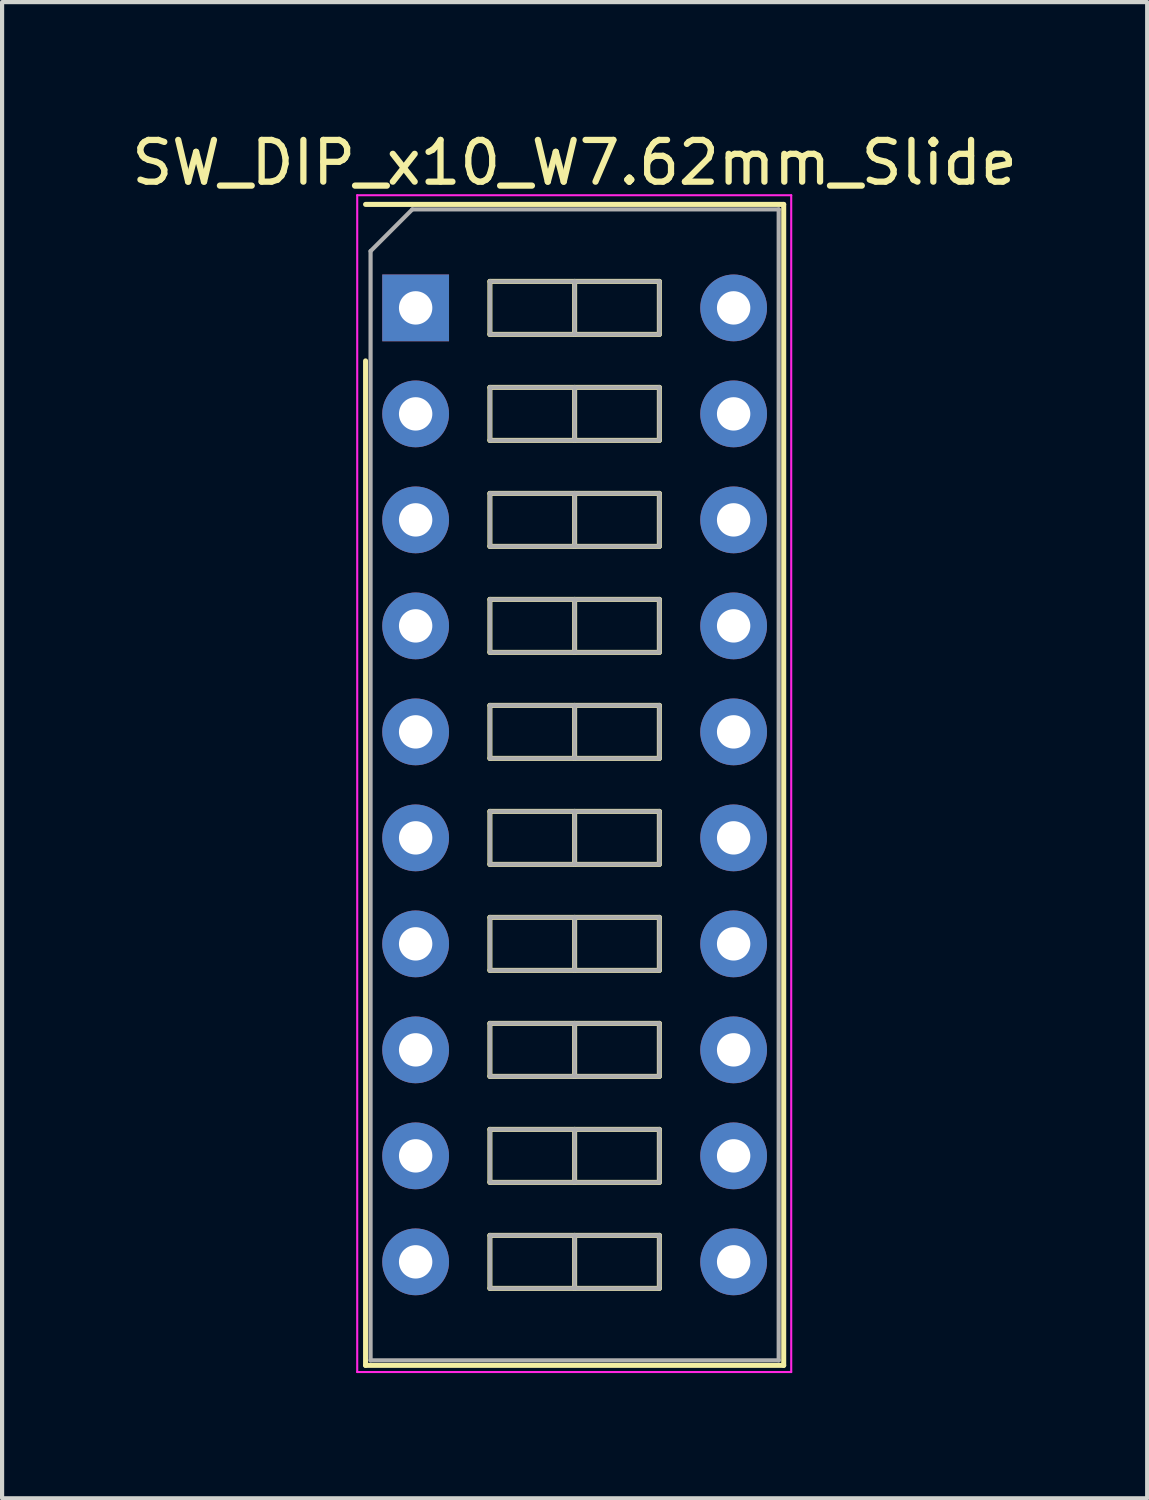
<source format=kicad_pcb>
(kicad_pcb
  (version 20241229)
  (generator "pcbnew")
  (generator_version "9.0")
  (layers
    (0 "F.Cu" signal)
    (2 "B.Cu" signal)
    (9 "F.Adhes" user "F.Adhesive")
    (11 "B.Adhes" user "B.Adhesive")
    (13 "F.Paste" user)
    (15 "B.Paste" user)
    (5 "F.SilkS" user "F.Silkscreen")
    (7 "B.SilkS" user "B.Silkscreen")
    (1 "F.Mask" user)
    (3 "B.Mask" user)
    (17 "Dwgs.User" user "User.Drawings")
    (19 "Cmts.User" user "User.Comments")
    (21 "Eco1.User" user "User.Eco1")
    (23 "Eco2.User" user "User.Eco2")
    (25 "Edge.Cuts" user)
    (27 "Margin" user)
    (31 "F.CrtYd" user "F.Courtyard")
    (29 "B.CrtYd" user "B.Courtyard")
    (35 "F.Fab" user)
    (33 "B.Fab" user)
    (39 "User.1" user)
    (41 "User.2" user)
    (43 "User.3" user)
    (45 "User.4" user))
  (footprint "SW_DIP_x10_W7.62mm_Slide"
    (layer "F.Cu")
    (at 6.91 4.328)
    (property "Reference" "SW_DIP_x10_W7.62mm_Slide" (at 3.81 -3.48 0) (layer "F.SilkS") (effects (font (size 1 1) (thickness 0.15))))
    (attr through_hole)
    (fp_line (start -1.2 -2.48) (end 8.82 -2.48) (stroke (width 0.12) (type solid)) (layer "F.SilkS"))
    (fp_line (start -1.2 25.34) (end -1.2 1.27) (stroke (width 0.12) (type solid)) (layer "F.SilkS"))
    (fp_line (start 1.78 -0.635) (end 1.78 0.635) (stroke (width 0.12) (type solid)) (layer "F.SilkS"))
    (fp_line (start 1.78 0.635) (end 5.84 0.635) (stroke (width 0.12) (type solid)) (layer "F.SilkS"))
    (fp_line (start 1.78 1.905) (end 1.78 3.175) (stroke (width 0.12) (type solid)) (layer "F.SilkS"))
    (fp_line (start 1.78 3.175) (end 5.84 3.175) (stroke (width 0.12) (type solid)) (layer "F.SilkS"))
    (fp_line (start 1.78 4.445) (end 1.78 5.715) (stroke (width 0.12) (type solid)) (layer "F.SilkS"))
    (fp_line (start 1.78 5.715) (end 5.84 5.715) (stroke (width 0.12) (type solid)) (layer "F.SilkS"))
    (fp_line (start 1.78 6.985) (end 1.78 8.255) (stroke (width 0.12) (type solid)) (layer "F.SilkS"))
    (fp_line (start 1.78 8.255) (end 5.84 8.255) (stroke (width 0.12) (type solid)) (layer "F.SilkS"))
    (fp_line (start 1.78 9.525) (end 1.78 10.795) (stroke (width 0.12) (type solid)) (layer "F.SilkS"))
    (fp_line (start 1.78 10.795) (end 5.84 10.795) (stroke (width 0.12) (type solid)) (layer "F.SilkS"))
    (fp_line (start 1.78 12.065) (end 1.78 13.335) (stroke (width 0.12) (type solid)) (layer "F.SilkS"))
    (fp_line (start 1.78 13.335) (end 5.84 13.335) (stroke (width 0.12) (type solid)) (layer "F.SilkS"))
    (fp_line (start 1.78 14.605) (end 1.78 15.875) (stroke (width 0.12) (type solid)) (layer "F.SilkS"))
    (fp_line (start 1.78 15.875) (end 5.84 15.875) (stroke (width 0.12) (type solid)) (layer "F.SilkS"))
    (fp_line (start 1.78 17.145) (end 1.78 18.415) (stroke (width 0.12) (type solid)) (layer "F.SilkS"))
    (fp_line (start 1.78 18.415) (end 5.84 18.415) (stroke (width 0.12) (type solid)) (layer "F.SilkS"))
    (fp_line (start 1.78 19.685) (end 1.78 20.955) (stroke (width 0.12) (type solid)) (layer "F.SilkS"))
    (fp_line (start 1.78 20.955) (end 5.84 20.955) (stroke (width 0.12) (type solid)) (layer "F.SilkS"))
    (fp_line (start 1.78 22.225) (end 1.78 23.495) (stroke (width 0.12) (type solid)) (layer "F.SilkS"))
    (fp_line (start 1.78 23.495) (end 5.84 23.495) (stroke (width 0.12) (type solid)) (layer "F.SilkS"))
    (fp_line (start 3.81 -0.635) (end 3.81 0.635) (stroke (width 0.12) (type solid)) (layer "F.SilkS"))
    (fp_line (start 3.81 1.905) (end 3.81 3.175) (stroke (width 0.12) (type solid)) (layer "F.SilkS"))
    (fp_line (start 3.81 4.445) (end 3.81 5.715) (stroke (width 0.12) (type solid)) (layer "F.SilkS"))
    (fp_line (start 3.81 6.985) (end 3.81 8.255) (stroke (width 0.12) (type solid)) (layer "F.SilkS"))
    (fp_line (start 3.81 9.525) (end 3.81 10.795) (stroke (width 0.12) (type solid)) (layer "F.SilkS"))
    (fp_line (start 3.81 12.065) (end 3.81 13.335) (stroke (width 0.12) (type solid)) (layer "F.SilkS"))
    (fp_line (start 3.81 14.605) (end 3.81 15.875) (stroke (width 0.12) (type solid)) (layer "F.SilkS"))
    (fp_line (start 3.81 17.145) (end 3.81 18.415) (stroke (width 0.12) (type solid)) (layer "F.SilkS"))
    (fp_line (start 3.81 19.685) (end 3.81 20.955) (stroke (width 0.12) (type solid)) (layer "F.SilkS"))
    (fp_line (start 3.81 22.225) (end 3.81 23.495) (stroke (width 0.12) (type solid)) (layer "F.SilkS"))
    (fp_line (start 5.84 -0.635) (end 1.78 -0.635) (stroke (width 0.12) (type solid)) (layer "F.SilkS"))
    (fp_line (start 5.84 0.635) (end 5.84 -0.635) (stroke (width 0.12) (type solid)) (layer "F.SilkS"))
    (fp_line (start 5.84 1.905) (end 1.78 1.905) (stroke (width 0.12) (type solid)) (layer "F.SilkS"))
    (fp_line (start 5.84 3.175) (end 5.84 1.905) (stroke (width 0.12) (type solid)) (layer "F.SilkS"))
    (fp_line (start 5.84 4.445) (end 1.78 4.445) (stroke (width 0.12) (type solid)) (layer "F.SilkS"))
    (fp_line (start 5.84 5.715) (end 5.84 4.445) (stroke (width 0.12) (type solid)) (layer "F.SilkS"))
    (fp_line (start 5.84 6.985) (end 1.78 6.985) (stroke (width 0.12) (type solid)) (layer "F.SilkS"))
    (fp_line (start 5.84 8.255) (end 5.84 6.985) (stroke (width 0.12) (type solid)) (layer "F.SilkS"))
    (fp_line (start 5.84 9.525) (end 1.78 9.525) (stroke (width 0.12) (type solid)) (layer "F.SilkS"))
    (fp_line (start 5.84 10.795) (end 5.84 9.525) (stroke (width 0.12) (type solid)) (layer "F.SilkS"))
    (fp_line (start 5.84 12.065) (end 1.78 12.065) (stroke (width 0.12) (type solid)) (layer "F.SilkS"))
    (fp_line (start 5.84 13.335) (end 5.84 12.065) (stroke (width 0.12) (type solid)) (layer "F.SilkS"))
    (fp_line (start 5.84 14.605) (end 1.78 14.605) (stroke (width 0.12) (type solid)) (layer "F.SilkS"))
    (fp_line (start 5.84 15.875) (end 5.84 14.605) (stroke (width 0.12) (type solid)) (layer "F.SilkS"))
    (fp_line (start 5.84 17.145) (end 1.78 17.145) (stroke (width 0.12) (type solid)) (layer "F.SilkS"))
    (fp_line (start 5.84 18.415) (end 5.84 17.145) (stroke (width 0.12) (type solid)) (layer "F.SilkS"))
    (fp_line (start 5.84 19.685) (end 1.78 19.685) (stroke (width 0.12) (type solid)) (layer "F.SilkS"))
    (fp_line (start 5.84 20.955) (end 5.84 19.685) (stroke (width 0.12) (type solid)) (layer "F.SilkS"))
    (fp_line (start 5.84 22.225) (end 1.78 22.225) (stroke (width 0.12) (type solid)) (layer "F.SilkS"))
    (fp_line (start 5.84 23.495) (end 5.84 22.225) (stroke (width 0.12) (type solid)) (layer "F.SilkS"))
    (fp_line (start 8.82 -2.48) (end 8.82 25.34) (stroke (width 0.12) (type solid)) (layer "F.SilkS"))
    (fp_line (start 8.82 25.34) (end -1.2 25.34) (stroke (width 0.12) (type solid)) (layer "F.SilkS"))
    (fp_line (start -1.4 -2.7) (end -1.4 25.5) (stroke (width 0.05) (type solid)) (layer "F.CrtYd"))
    (fp_line (start -1.4 25.5) (end 9 25.5) (stroke (width 0.05) (type solid)) (layer "F.CrtYd"))
    (fp_line (start 9 -2.7) (end -1.4 -2.7) (stroke (width 0.05) (type solid)) (layer "F.CrtYd"))
    (fp_line (start 9 25.5) (end 9 -2.7) (stroke (width 0.05) (type solid)) (layer "F.CrtYd"))
    (fp_line (start -1.08 -1.36) (end -0.08 -2.36) (stroke (width 0.1) (type solid)) (layer "F.Fab"))
    (fp_line (start -1.08 25.22) (end -1.08 -1.36) (stroke (width 0.1) (type solid)) (layer "F.Fab"))
    (fp_line (start -0.08 -2.36) (end 8.7 -2.36) (stroke (width 0.1) (type solid)) (layer "F.Fab"))
    (fp_line (start 1.78 -0.635) (end 1.78 0.635) (stroke (width 0.1) (type solid)) (layer "F.Fab"))
    (fp_line (start 1.78 0.635) (end 5.84 0.635) (stroke (width 0.1) (type solid)) (layer "F.Fab"))
    (fp_line (start 1.78 1.905) (end 1.78 3.175) (stroke (width 0.1) (type solid)) (layer "F.Fab"))
    (fp_line (start 1.78 3.175) (end 5.84 3.175) (stroke (width 0.1) (type solid)) (layer "F.Fab"))
    (fp_line (start 1.78 4.445) (end 1.78 5.715) (stroke (width 0.1) (type solid)) (layer "F.Fab"))
    (fp_line (start 1.78 5.715) (end 5.84 5.715) (stroke (width 0.1) (type solid)) (layer "F.Fab"))
    (fp_line (start 1.78 6.985) (end 1.78 8.255) (stroke (width 0.1) (type solid)) (layer "F.Fab"))
    (fp_line (start 1.78 8.255) (end 5.84 8.255) (stroke (width 0.1) (type solid)) (layer "F.Fab"))
    (fp_line (start 1.78 9.525) (end 1.78 10.795) (stroke (width 0.1) (type solid)) (layer "F.Fab"))
    (fp_line (start 1.78 10.795) (end 5.84 10.795) (stroke (width 0.1) (type solid)) (layer "F.Fab"))
    (fp_line (start 1.78 12.065) (end 1.78 13.335) (stroke (width 0.1) (type solid)) (layer "F.Fab"))
    (fp_line (start 1.78 13.335) (end 5.84 13.335) (stroke (width 0.1) (type solid)) (layer "F.Fab"))
    (fp_line (start 1.78 14.605) (end 1.78 15.875) (stroke (width 0.1) (type solid)) (layer "F.Fab"))
    (fp_line (start 1.78 15.875) (end 5.84 15.875) (stroke (width 0.1) (type solid)) (layer "F.Fab"))
    (fp_line (start 1.78 17.145) (end 1.78 18.415) (stroke (width 0.1) (type solid)) (layer "F.Fab"))
    (fp_line (start 1.78 18.415) (end 5.84 18.415) (stroke (width 0.1) (type solid)) (layer "F.Fab"))
    (fp_line (start 1.78 19.685) (end 1.78 20.955) (stroke (width 0.1) (type solid)) (layer "F.Fab"))
    (fp_line (start 1.78 20.955) (end 5.84 20.955) (stroke (width 0.1) (type solid)) (layer "F.Fab"))
    (fp_line (start 1.78 22.225) (end 1.78 23.495) (stroke (width 0.1) (type solid)) (layer "F.Fab"))
    (fp_line (start 1.78 23.495) (end 5.84 23.495) (stroke (width 0.1) (type solid)) (layer "F.Fab"))
    (fp_line (start 3.81 -0.635) (end 3.81 0.635) (stroke (width 0.1) (type solid)) (layer "F.Fab"))
    (fp_line (start 3.81 1.905) (end 3.81 3.175) (stroke (width 0.1) (type solid)) (layer "F.Fab"))
    (fp_line (start 3.81 4.445) (end 3.81 5.715) (stroke (width 0.1) (type solid)) (layer "F.Fab"))
    (fp_line (start 3.81 6.985) (end 3.81 8.255) (stroke (width 0.1) (type solid)) (layer "F.Fab"))
    (fp_line (start 3.81 9.525) (end 3.81 10.795) (stroke (width 0.1) (type solid)) (layer "F.Fab"))
    (fp_line (start 3.81 12.065) (end 3.81 13.335) (stroke (width 0.1) (type solid)) (layer "F.Fab"))
    (fp_line (start 3.81 14.605) (end 3.81 15.875) (stroke (width 0.1) (type solid)) (layer "F.Fab"))
    (fp_line (start 3.81 17.145) (end 3.81 18.415) (stroke (width 0.1) (type solid)) (layer "F.Fab"))
    (fp_line (start 3.81 19.685) (end 3.81 20.955) (stroke (width 0.1) (type solid)) (layer "F.Fab"))
    (fp_line (start 3.81 22.225) (end 3.81 23.495) (stroke (width 0.1) (type solid)) (layer "F.Fab"))
    (fp_line (start 5.84 -0.635) (end 1.78 -0.635) (stroke (width 0.1) (type solid)) (layer "F.Fab"))
    (fp_line (start 5.84 0.635) (end 5.84 -0.635) (stroke (width 0.1) (type solid)) (layer "F.Fab"))
    (fp_line (start 5.84 1.905) (end 1.78 1.905) (stroke (width 0.1) (type solid)) (layer "F.Fab"))
    (fp_line (start 5.84 3.175) (end 5.84 1.905) (stroke (width 0.1) (type solid)) (layer "F.Fab"))
    (fp_line (start 5.84 4.445) (end 1.78 4.445) (stroke (width 0.1) (type solid)) (layer "F.Fab"))
    (fp_line (start 5.84 5.715) (end 5.84 4.445) (stroke (width 0.1) (type solid)) (layer "F.Fab"))
    (fp_line (start 5.84 6.985) (end 1.78 6.985) (stroke (width 0.1) (type solid)) (layer "F.Fab"))
    (fp_line (start 5.84 8.255) (end 5.84 6.985) (stroke (width 0.1) (type solid)) (layer "F.Fab"))
    (fp_line (start 5.84 9.525) (end 1.78 9.525) (stroke (width 0.1) (type solid)) (layer "F.Fab"))
    (fp_line (start 5.84 10.795) (end 5.84 9.525) (stroke (width 0.1) (type solid)) (layer "F.Fab"))
    (fp_line (start 5.84 12.065) (end 1.78 12.065) (stroke (width 0.1) (type solid)) (layer "F.Fab"))
    (fp_line (start 5.84 13.335) (end 5.84 12.065) (stroke (width 0.1) (type solid)) (layer "F.Fab"))
    (fp_line (start 5.84 14.605) (end 1.78 14.605) (stroke (width 0.1) (type solid)) (layer "F.Fab"))
    (fp_line (start 5.84 15.875) (end 5.84 14.605) (stroke (width 0.1) (type solid)) (layer "F.Fab"))
    (fp_line (start 5.84 17.145) (end 1.78 17.145) (stroke (width 0.1) (type solid)) (layer "F.Fab"))
    (fp_line (start 5.84 18.415) (end 5.84 17.145) (stroke (width 0.1) (type solid)) (layer "F.Fab"))
    (fp_line (start 5.84 19.685) (end 1.78 19.685) (stroke (width 0.1) (type solid)) (layer "F.Fab"))
    (fp_line (start 5.84 20.955) (end 5.84 19.685) (stroke (width 0.1) (type solid)) (layer "F.Fab"))
    (fp_line (start 5.84 22.225) (end 1.78 22.225) (stroke (width 0.1) (type solid)) (layer "F.Fab"))
    (fp_line (start 5.84 23.495) (end 5.84 22.225) (stroke (width 0.1) (type solid)) (layer "F.Fab"))
    (fp_line (start 8.7 -2.36) (end 8.7 25.22) (stroke (width 0.1) (type solid)) (layer "F.Fab"))
    (fp_line (start 8.7 25.22) (end -1.08 25.22) (stroke (width 0.1) (type solid)) (layer "F.Fab"))
    (pad "1" thru_hole rect (at 0 0) (size 1.6 1.6) (drill 0.8) (layers "*.Cu" "*.Mask"))
    (pad "2" thru_hole oval (at 0 2.54) (size 1.6 1.6) (drill 0.8) (layers "*.Cu" "*.Mask"))
    (pad "3" thru_hole oval (at 0 5.08) (size 1.6 1.6) (drill 0.8) (layers "*.Cu" "*.Mask"))
    (pad "4" thru_hole oval (at 0 7.62) (size 1.6 1.6) (drill 0.8) (layers "*.Cu" "*.Mask"))
    (pad "5" thru_hole oval (at 0 10.16) (size 1.6 1.6) (drill 0.8) (layers "*.Cu" "*.Mask"))
    (pad "6" thru_hole oval (at 0 12.7) (size 1.6 1.6) (drill 0.8) (layers "*.Cu" "*.Mask"))
    (pad "7" thru_hole oval (at 0 15.24) (size 1.6 1.6) (drill 0.8) (layers "*.Cu" "*.Mask"))
    (pad "8" thru_hole oval (at 0 17.78) (size 1.6 1.6) (drill 0.8) (layers "*.Cu" "*.Mask"))
    (pad "9" thru_hole oval (at 0 20.32) (size 1.6 1.6) (drill 0.8) (layers "*.Cu" "*.Mask"))
    (pad "10" thru_hole oval (at 0 22.86) (size 1.6 1.6) (drill 0.8) (layers "*.Cu" "*.Mask"))
    (pad "11" thru_hole oval (at 7.62 22.86) (size 1.6 1.6) (drill 0.8) (layers "*.Cu" "*.Mask"))
    (pad "12" thru_hole oval (at 7.62 20.32) (size 1.6 1.6) (drill 0.8) (layers "*.Cu" "*.Mask"))
    (pad "13" thru_hole oval (at 7.62 17.78) (size 1.6 1.6) (drill 0.8) (layers "*.Cu" "*.Mask"))
    (pad "14" thru_hole oval (at 7.62 15.24) (size 1.6 1.6) (drill 0.8) (layers "*.Cu" "*.Mask"))
    (pad "15" thru_hole oval (at 7.62 12.7) (size 1.6 1.6) (drill 0.8) (layers "*.Cu" "*.Mask"))
    (pad "16" thru_hole oval (at 7.62 10.16) (size 1.6 1.6) (drill 0.8) (layers "*.Cu" "*.Mask"))
    (pad "17" thru_hole oval (at 7.62 7.62) (size 1.6 1.6) (drill 0.8) (layers "*.Cu" "*.Mask"))
    (pad "18" thru_hole oval (at 7.62 5.08) (size 1.6 1.6) (drill 0.8) (layers "*.Cu" "*.Mask"))
    (pad "19" thru_hole oval (at 7.62 2.54) (size 1.6 1.6) (drill 0.8) (layers "*.Cu" "*.Mask"))
    (pad "20" thru_hole oval (at 7.62 0) (size 1.6 1.6) (drill 0.8) (layers "*.Cu" "*.Mask")))
  (gr_rect
    (start -3 -3)
    (end 24.44 32.853)
    (stroke (width 0.1) (type default))
    (fill no)
    (layer "Edge.Cuts")))
</source>
